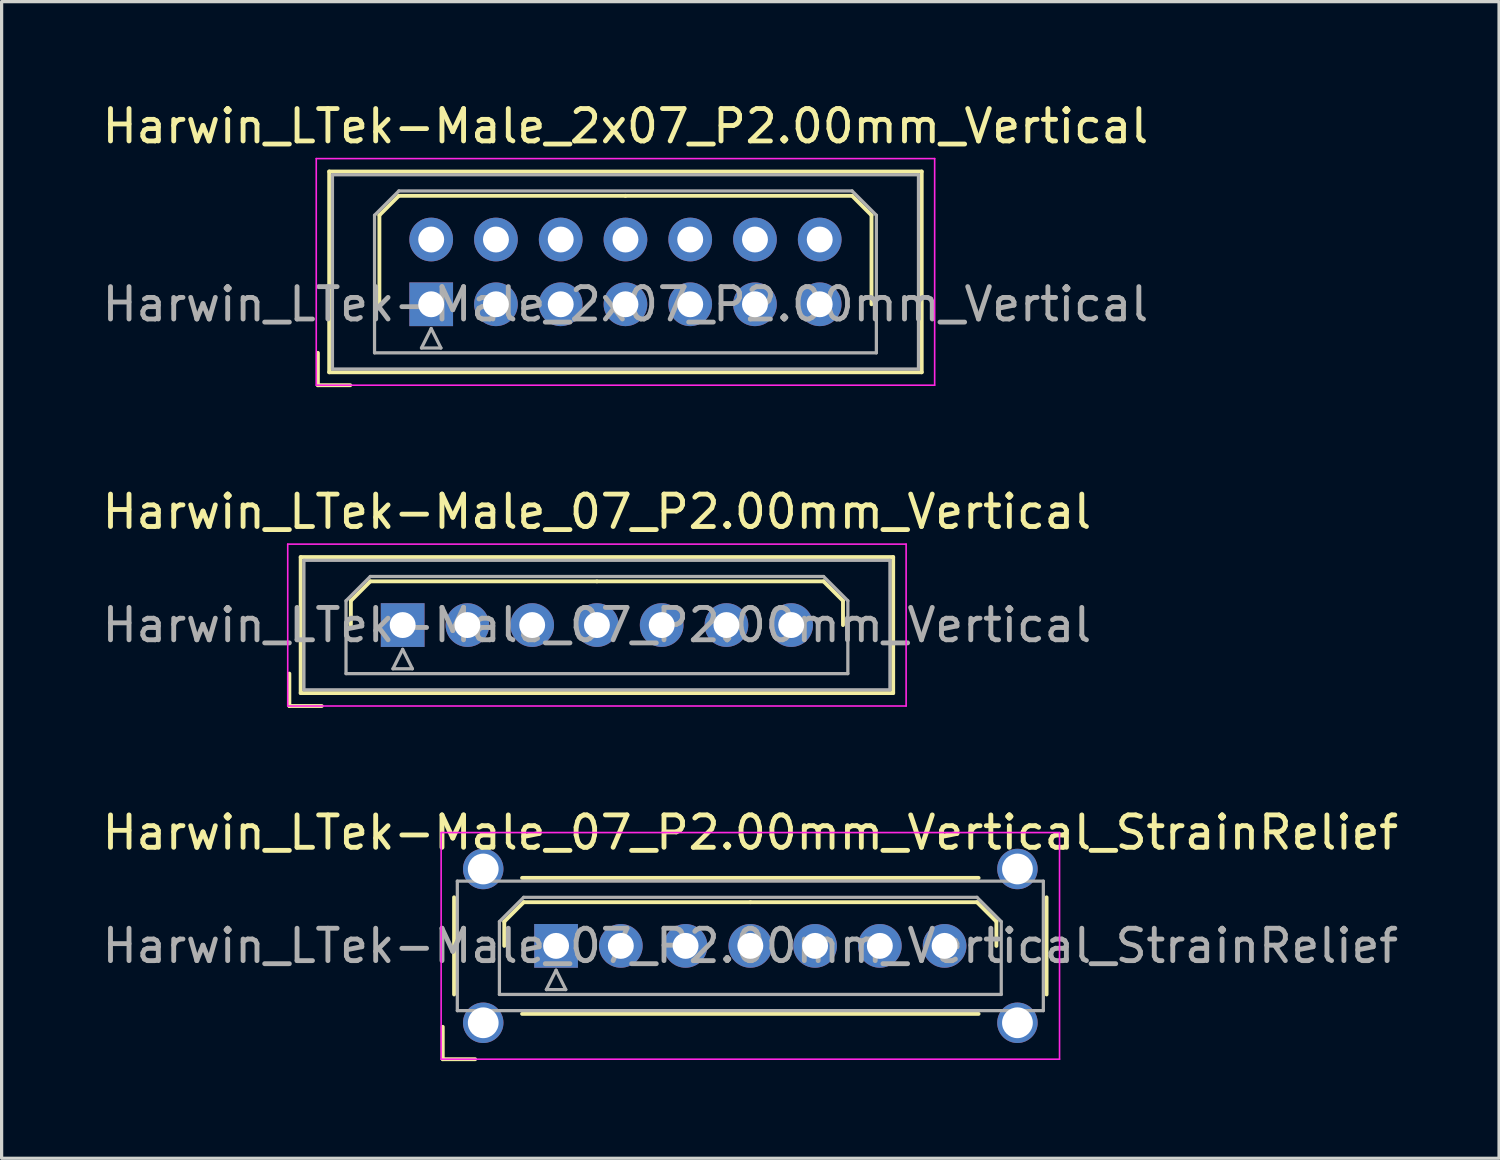
<source format=kicad_pcb>
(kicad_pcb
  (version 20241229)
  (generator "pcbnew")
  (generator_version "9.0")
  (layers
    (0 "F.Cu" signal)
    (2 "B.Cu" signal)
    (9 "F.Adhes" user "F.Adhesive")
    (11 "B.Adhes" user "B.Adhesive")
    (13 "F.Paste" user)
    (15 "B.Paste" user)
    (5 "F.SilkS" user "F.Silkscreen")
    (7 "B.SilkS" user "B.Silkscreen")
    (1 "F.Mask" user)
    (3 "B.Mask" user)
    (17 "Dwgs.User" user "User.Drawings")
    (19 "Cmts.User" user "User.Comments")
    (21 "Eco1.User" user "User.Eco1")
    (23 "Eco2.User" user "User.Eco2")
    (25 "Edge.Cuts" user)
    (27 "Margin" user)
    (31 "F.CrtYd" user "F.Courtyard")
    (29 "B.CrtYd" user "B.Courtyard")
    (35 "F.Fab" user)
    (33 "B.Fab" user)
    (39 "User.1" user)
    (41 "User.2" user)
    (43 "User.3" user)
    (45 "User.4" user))
  (footprint "Harwin_LTek-Male_07_P2.00mm_Vertical"
    (layer "F.Cu")
    (at 9.387 16.256)
    (property "Reference" "Harwin_LTek-Male_07_P2.00mm_Vertical" (at 6 -3.5 0) (layer "F.SilkS") (effects (font (size 1 1) (thickness 0.15))))
    (attr through_hole)
    (fp_line (start -3.5 1.5) (end -3.5 2.5) (stroke (width 0.12) (type solid)) (layer "F.SilkS"))
    (fp_line (start -3.5 2.5) (end -2.5 2.5) (stroke (width 0.12) (type solid)) (layer "F.SilkS"))
    (fp_line (start -3.15 -2.1) (end -3.15 2.1) (stroke (width 0.12) (type solid)) (layer "F.SilkS"))
    (fp_line (start -3.15 2.1) (end 15.15 2.1) (stroke (width 0.12) (type solid)) (layer "F.SilkS"))
    (fp_line (start -1.6 -0.75) (end -1 -1.35) (stroke (width 0.12) (type solid)) (layer "F.SilkS"))
    (fp_line (start -1.6 0) (end -1.6 -0.75) (stroke (width 0.12) (type solid)) (layer "F.SilkS"))
    (fp_line (start -1 -1.35) (end 6 -1.35) (stroke (width 0.12) (type solid)) (layer "F.SilkS"))
    (fp_line (start 13 -1.35) (end 6 -1.35) (stroke (width 0.12) (type solid)) (layer "F.SilkS"))
    (fp_line (start 13.6 -0.75) (end 13 -1.35) (stroke (width 0.12) (type solid)) (layer "F.SilkS"))
    (fp_line (start 13.6 0) (end 13.6 -0.75) (stroke (width 0.12) (type solid)) (layer "F.SilkS"))
    (fp_line (start 15.15 -2.1) (end -3.15 -2.1) (stroke (width 0.12) (type solid)) (layer "F.SilkS"))
    (fp_line (start 15.15 2.1) (end 15.15 -2.1) (stroke (width 0.12) (type solid)) (layer "F.SilkS"))
    (fp_line (start -3.55 -2.5) (end -3.55 2.5) (stroke (width 0.05) (type solid)) (layer "F.CrtYd"))
    (fp_line (start -3.55 2.5) (end 15.55 2.5) (stroke (width 0.05) (type solid)) (layer "F.CrtYd"))
    (fp_line (start 15.55 -2.5) (end -3.55 -2.5) (stroke (width 0.05) (type solid)) (layer "F.CrtYd"))
    (fp_line (start 15.55 2.5) (end 15.55 -2.5) (stroke (width 0.05) (type solid)) (layer "F.CrtYd"))
    (fp_line (start -3.05 -2) (end -3.05 2) (stroke (width 0.1) (type solid)) (layer "F.Fab"))
    (fp_line (start -3.05 2) (end 15.05 2) (stroke (width 0.1) (type solid)) (layer "F.Fab"))
    (fp_line (start -1.75 -0.75) (end -1 -1.5) (stroke (width 0.1) (type solid)) (layer "F.Fab"))
    (fp_line (start -1.75 1.5) (end -1.75 -0.75) (stroke (width 0.1) (type solid)) (layer "F.Fab"))
    (fp_line (start -1 -1.5) (end 13 -1.5) (stroke (width 0.1) (type solid)) (layer "F.Fab"))
    (fp_line (start -0.3 1.35) (end 0.3 1.35) (stroke (width 0.1) (type solid)) (layer "F.Fab"))
    (fp_line (start 0 0.75) (end -0.3 1.35) (stroke (width 0.1) (type solid)) (layer "F.Fab"))
    (fp_line (start 0.3 1.35) (end 0 0.75) (stroke (width 0.1) (type solid)) (layer "F.Fab"))
    (fp_line (start 13 -1.5) (end 13.75 -0.75) (stroke (width 0.1) (type solid)) (layer "F.Fab"))
    (fp_line (start 13.75 -0.75) (end 13.75 1.5) (stroke (width 0.1) (type solid)) (layer "F.Fab"))
    (fp_line (start 13.75 1.5) (end -1.75 1.5) (stroke (width 0.1) (type solid)) (layer "F.Fab"))
    (fp_line (start 15.05 -2) (end -3.05 -2) (stroke (width 0.1) (type solid)) (layer "F.Fab"))
    (fp_line (start 15.05 2) (end 15.05 -2) (stroke (width 0.1) (type solid)) (layer "F.Fab"))
    (fp_text user "${REFERENCE}" (at 6 0 0) (layer "F.Fab") (effects (font (size 1 1) (thickness 0.15))))
    (pad "1" thru_hole rect (at 0 0) (size 1.35 1.35) (drill 0.8) (layers "*.Cu" "*.Mask"))
    (pad "2" thru_hole circle (at 2 0) (size 1.35 1.35) (drill 0.8) (layers "*.Cu" "*.Mask"))
    (pad "3" thru_hole circle (at 4 0) (size 1.35 1.35) (drill 0.8) (layers "*.Cu" "*.Mask"))
    (pad "4" thru_hole circle (at 6 0) (size 1.35 1.35) (drill 0.8) (layers "*.Cu" "*.Mask"))
    (pad "5" thru_hole circle (at 8 0) (size 1.35 1.35) (drill 0.8) (layers "*.Cu" "*.Mask"))
    (pad "6" thru_hole circle (at 10 0) (size 1.35 1.35) (drill 0.8) (layers "*.Cu" "*.Mask"))
    (pad "7" thru_hole circle (at 12 0) (size 1.35 1.35) (drill 0.8) (layers "*.Cu" "*.Mask")))
  (footprint "Harwin_LTek-Male_07_P2.00mm_Vertical_StrainRelief"
    (layer "F.Cu")
    (at 14.125 26.165)
    (property "Reference" "Harwin_LTek-Male_07_P2.00mm_Vertical_StrainRelief" (at 6 -3.5 0) (layer "F.SilkS") (effects (font (size 1 1) (thickness 0.15))))
    (attr through_hole)
    (fp_line (start -3.5 2.5) (end -3.5 3.5) (stroke (width 0.12) (type solid)) (layer "F.SilkS"))
    (fp_line (start -3.5 3.5) (end -2.5 3.5) (stroke (width 0.12) (type solid)) (layer "F.SilkS"))
    (fp_line (start -3.15 -1.5) (end -3.15 1.5) (stroke (width 0.12) (type solid)) (layer "F.SilkS"))
    (fp_line (start -1.6 -0.75) (end -1 -1.35) (stroke (width 0.12) (type solid)) (layer "F.SilkS"))
    (fp_line (start -1.6 0) (end -1.6 -0.75) (stroke (width 0.12) (type solid)) (layer "F.SilkS"))
    (fp_line (start -1.05 -2.1) (end 13.05 -2.1) (stroke (width 0.12) (type solid)) (layer "F.SilkS"))
    (fp_line (start -1.05 2.1) (end 13.05 2.1) (stroke (width 0.12) (type solid)) (layer "F.SilkS"))
    (fp_line (start -1 -1.35) (end 6 -1.35) (stroke (width 0.12) (type solid)) (layer "F.SilkS"))
    (fp_line (start 13 -1.35) (end 6 -1.35) (stroke (width 0.12) (type solid)) (layer "F.SilkS"))
    (fp_line (start 13.6 -0.75) (end 13 -1.35) (stroke (width 0.12) (type solid)) (layer "F.SilkS"))
    (fp_line (start 13.6 0) (end 13.6 -0.75) (stroke (width 0.12) (type solid)) (layer "F.SilkS"))
    (fp_line (start 15.15 -1.5) (end 15.15 1.5) (stroke (width 0.12) (type solid)) (layer "F.SilkS"))
    (fp_line (start -3.55 -3.5) (end -3.55 3.5) (stroke (width 0.05) (type solid)) (layer "F.CrtYd"))
    (fp_line (start -3.55 3.5) (end 15.55 3.5) (stroke (width 0.05) (type solid)) (layer "F.CrtYd"))
    (fp_line (start 15.55 -3.5) (end -3.55 -3.5) (stroke (width 0.05) (type solid)) (layer "F.CrtYd"))
    (fp_line (start 15.55 3.5) (end 15.55 -3.5) (stroke (width 0.05) (type solid)) (layer "F.CrtYd"))
    (fp_line (start -3.05 -2) (end -3.05 2) (stroke (width 0.1) (type solid)) (layer "F.Fab"))
    (fp_line (start -3.05 2) (end 15.05 2) (stroke (width 0.1) (type solid)) (layer "F.Fab"))
    (fp_line (start -1.75 -0.75) (end -1 -1.5) (stroke (width 0.1) (type solid)) (layer "F.Fab"))
    (fp_line (start -1.75 1.5) (end -1.75 -0.75) (stroke (width 0.1) (type solid)) (layer "F.Fab"))
    (fp_line (start -1 -1.5) (end 13 -1.5) (stroke (width 0.1) (type solid)) (layer "F.Fab"))
    (fp_line (start -0.3 1.35) (end 0.3 1.35) (stroke (width 0.1) (type solid)) (layer "F.Fab"))
    (fp_line (start 0 0.75) (end -0.3 1.35) (stroke (width 0.1) (type solid)) (layer "F.Fab"))
    (fp_line (start 0.3 1.35) (end 0 0.75) (stroke (width 0.1) (type solid)) (layer "F.Fab"))
    (fp_line (start 13 -1.5) (end 13.75 -0.75) (stroke (width 0.1) (type solid)) (layer "F.Fab"))
    (fp_line (start 13.75 -0.75) (end 13.75 1.5) (stroke (width 0.1) (type solid)) (layer "F.Fab"))
    (fp_line (start 13.75 1.5) (end -1.75 1.5) (stroke (width 0.1) (type solid)) (layer "F.Fab"))
    (fp_line (start 15.05 -2) (end -3.05 -2) (stroke (width 0.1) (type solid)) (layer "F.Fab"))
    (fp_line (start 15.05 2) (end 15.05 -2) (stroke (width 0.1) (type solid)) (layer "F.Fab"))
    (fp_text user "${REFERENCE}" (at 6 0 0) (layer "F.Fab") (effects (font (size 1 1) (thickness 0.15))))
    (pad "" thru_hole circle (at -2.25 -2.375) (size 1.25 1.25) (drill 0.95) (layers "*.Cu" "*.Mask"))
    (pad "" thru_hole circle (at -2.25 2.375) (size 1.25 1.25) (drill 0.95) (layers "*.Cu" "*.Mask"))
    (pad "" thru_hole circle (at 14.25 -2.375) (size 1.25 1.25) (drill 0.95) (layers "*.Cu" "*.Mask"))
    (pad "" thru_hole circle (at 14.25 2.375) (size 1.25 1.25) (drill 0.95) (layers "*.Cu" "*.Mask"))
    (pad "1" thru_hole rect (at 0 0) (size 1.35 1.35) (drill 0.8) (layers "*.Cu" "*.Mask"))
    (pad "2" thru_hole circle (at 2 0) (size 1.35 1.35) (drill 0.8) (layers "*.Cu" "*.Mask"))
    (pad "3" thru_hole circle (at 4 0) (size 1.35 1.35) (drill 0.8) (layers "*.Cu" "*.Mask"))
    (pad "4" thru_hole circle (at 6 0) (size 1.35 1.35) (drill 0.8) (layers "*.Cu" "*.Mask"))
    (pad "5" thru_hole circle (at 8 0) (size 1.35 1.35) (drill 0.8) (layers "*.Cu" "*.Mask"))
    (pad "6" thru_hole circle (at 10 0) (size 1.35 1.35) (drill 0.8) (layers "*.Cu" "*.Mask"))
    (pad "7" thru_hole circle (at 12 0) (size 1.35 1.35) (drill 0.8) (layers "*.Cu" "*.Mask")))
  (footprint "Harwin_LTek-Male_2x07_P2.00mm_Vertical"
    (layer "F.Cu")
    (at 10.268 6.348)
    (property "Reference" "Harwin_LTek-Male_2x07_P2.00mm_Vertical" (at 6 -5.5 0) (layer "F.SilkS") (effects (font (size 1 1) (thickness 0.15))))
    (attr through_hole)
    (fp_line (start -3.5 1.5) (end -3.5 2.5) (stroke (width 0.12) (type solid)) (layer "F.SilkS"))
    (fp_line (start -3.5 2.5) (end -2.5 2.5) (stroke (width 0.12) (type solid)) (layer "F.SilkS"))
    (fp_line (start -3.15 -4.1) (end -3.15 2.1) (stroke (width 0.12) (type solid)) (layer "F.SilkS"))
    (fp_line (start -3.15 2.1) (end 15.15 2.1) (stroke (width 0.12) (type solid)) (layer "F.SilkS"))
    (fp_line (start -1.6 -2.75) (end -1 -3.35) (stroke (width 0.12) (type solid)) (layer "F.SilkS"))
    (fp_line (start -1.6 0) (end -1.6 -2.75) (stroke (width 0.12) (type solid)) (layer "F.SilkS"))
    (fp_line (start -1 -3.35) (end 6 -3.35) (stroke (width 0.12) (type solid)) (layer "F.SilkS"))
    (fp_line (start 13 -3.35) (end 6 -3.35) (stroke (width 0.12) (type solid)) (layer "F.SilkS"))
    (fp_line (start 13.6 -2.75) (end 13 -3.35) (stroke (width 0.12) (type solid)) (layer "F.SilkS"))
    (fp_line (start 13.6 0) (end 13.6 -2.75) (stroke (width 0.12) (type solid)) (layer "F.SilkS"))
    (fp_line (start 15.15 -4.1) (end -3.15 -4.1) (stroke (width 0.12) (type solid)) (layer "F.SilkS"))
    (fp_line (start 15.15 2.1) (end 15.15 -4.1) (stroke (width 0.12) (type solid)) (layer "F.SilkS"))
    (fp_line (start -3.55 -4.5) (end -3.55 2.5) (stroke (width 0.05) (type solid)) (layer "F.CrtYd"))
    (fp_line (start -3.55 2.5) (end 15.55 2.5) (stroke (width 0.05) (type solid)) (layer "F.CrtYd"))
    (fp_line (start 15.55 -4.5) (end -3.55 -4.5) (stroke (width 0.05) (type solid)) (layer "F.CrtYd"))
    (fp_line (start 15.55 2.5) (end 15.55 -4.5) (stroke (width 0.05) (type solid)) (layer "F.CrtYd"))
    (fp_line (start -3.05 -4) (end -3.05 2) (stroke (width 0.1) (type solid)) (layer "F.Fab"))
    (fp_line (start -3.05 2) (end 15.05 2) (stroke (width 0.1) (type solid)) (layer "F.Fab"))
    (fp_line (start -1.75 -2.75) (end -1 -3.5) (stroke (width 0.1) (type solid)) (layer "F.Fab"))
    (fp_line (start -1.75 1.5) (end -1.75 -2.75) (stroke (width 0.1) (type solid)) (layer "F.Fab"))
    (fp_line (start -1 -3.5) (end 13 -3.5) (stroke (width 0.1) (type solid)) (layer "F.Fab"))
    (fp_line (start -0.3 1.35) (end 0.3 1.35) (stroke (width 0.1) (type solid)) (layer "F.Fab"))
    (fp_line (start 0 0.75) (end -0.3 1.35) (stroke (width 0.1) (type solid)) (layer "F.Fab"))
    (fp_line (start 0.3 1.35) (end 0 0.75) (stroke (width 0.1) (type solid)) (layer "F.Fab"))
    (fp_line (start 13 -3.5) (end 13.75 -2.75) (stroke (width 0.1) (type solid)) (layer "F.Fab"))
    (fp_line (start 13.75 -2.75) (end 13.75 1.5) (stroke (width 0.1) (type solid)) (layer "F.Fab"))
    (fp_line (start 13.75 1.5) (end -1.75 1.5) (stroke (width 0.1) (type solid)) (layer "F.Fab"))
    (fp_line (start 15.05 -4) (end -3.05 -4) (stroke (width 0.1) (type solid)) (layer "F.Fab"))
    (fp_line (start 15.05 2) (end 15.05 -4) (stroke (width 0.1) (type solid)) (layer "F.Fab"))
    (fp_text user "${REFERENCE}" (at 6 0 0) (layer "F.Fab") (effects (font (size 1 1) (thickness 0.15))))
    (pad "1" thru_hole rect (at 0 0) (size 1.35 1.35) (drill 0.8) (layers "*.Cu" "*.Mask"))
    (pad "2" thru_hole circle (at 0 -2) (size 1.35 1.35) (drill 0.8) (layers "*.Cu" "*.Mask"))
    (pad "3" thru_hole circle (at 2 0) (size 1.35 1.35) (drill 0.8) (layers "*.Cu" "*.Mask"))
    (pad "4" thru_hole circle (at 2 -2) (size 1.35 1.35) (drill 0.8) (layers "*.Cu" "*.Mask"))
    (pad "5" thru_hole circle (at 4 0) (size 1.35 1.35) (drill 0.8) (layers "*.Cu" "*.Mask"))
    (pad "6" thru_hole circle (at 4 -2) (size 1.35 1.35) (drill 0.8) (layers "*.Cu" "*.Mask"))
    (pad "7" thru_hole circle (at 6 0) (size 1.35 1.35) (drill 0.8) (layers "*.Cu" "*.Mask"))
    (pad "8" thru_hole circle (at 6 -2) (size 1.35 1.35) (drill 0.8) (layers "*.Cu" "*.Mask"))
    (pad "9" thru_hole circle (at 8 0) (size 1.35 1.35) (drill 0.8) (layers "*.Cu" "*.Mask"))
    (pad "10" thru_hole circle (at 8 -2) (size 1.35 1.35) (drill 0.8) (layers "*.Cu" "*.Mask"))
    (pad "11" thru_hole circle (at 10 0) (size 1.35 1.35) (drill 0.8) (layers "*.Cu" "*.Mask"))
    (pad "12" thru_hole circle (at 10 -2) (size 1.35 1.35) (drill 0.8) (layers "*.Cu" "*.Mask"))
    (pad "13" thru_hole circle (at 12 0) (size 1.35 1.35) (drill 0.8) (layers "*.Cu" "*.Mask"))
    (pad "14" thru_hole circle (at 12 -2) (size 1.35 1.35) (drill 0.8) (layers "*.Cu" "*.Mask")))
  (gr_rect
    (start -3 -3)
    (end 43.25 32.725)
    (stroke (width 0.1) (type default))
    (fill no)
    (layer "Edge.Cuts")))
</source>
